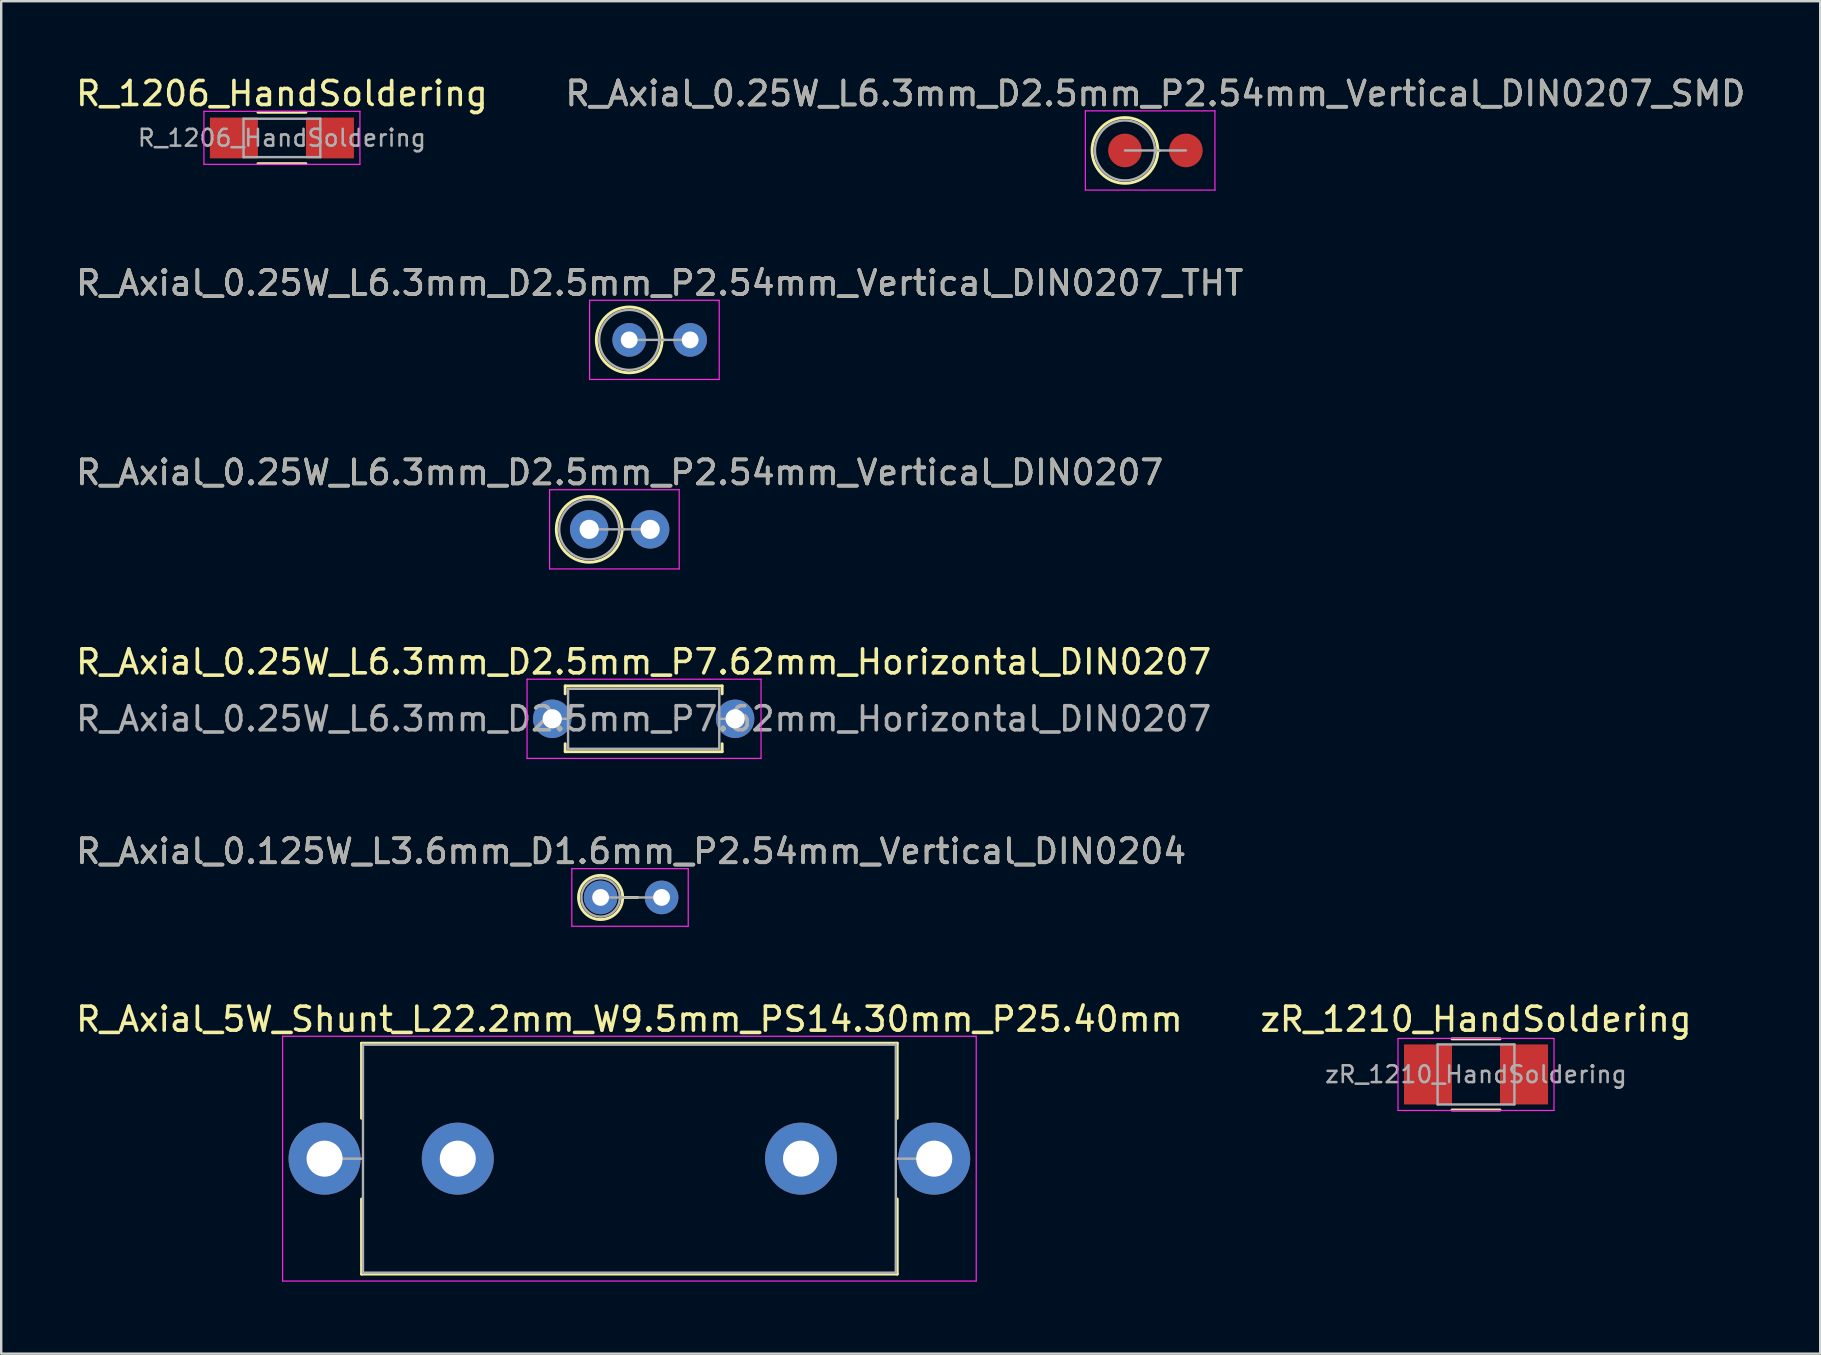
<source format=kicad_pcb>
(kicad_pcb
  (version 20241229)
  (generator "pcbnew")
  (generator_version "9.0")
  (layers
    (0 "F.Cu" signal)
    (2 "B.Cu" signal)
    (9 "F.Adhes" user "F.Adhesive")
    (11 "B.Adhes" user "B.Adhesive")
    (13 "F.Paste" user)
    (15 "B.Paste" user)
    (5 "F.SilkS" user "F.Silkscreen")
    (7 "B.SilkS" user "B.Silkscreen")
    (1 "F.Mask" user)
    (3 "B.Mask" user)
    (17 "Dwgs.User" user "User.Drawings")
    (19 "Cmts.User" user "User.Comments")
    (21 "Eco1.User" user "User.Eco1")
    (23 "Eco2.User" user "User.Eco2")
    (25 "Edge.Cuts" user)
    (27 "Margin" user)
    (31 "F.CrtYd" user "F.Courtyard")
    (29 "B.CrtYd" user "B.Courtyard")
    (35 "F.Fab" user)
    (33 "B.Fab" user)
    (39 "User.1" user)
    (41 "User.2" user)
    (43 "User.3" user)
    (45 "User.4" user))
  (footprint "zR_1210_HandSoldering"
    (layer "F.Cu")
    (at 58.446 41.715)
    (property "Reference" "zR_1210_HandSoldering" (at 0 -2.3 0) (layer "F.SilkS") (effects (font (size 1 1) (thickness 0.15))))
    (attr smd)
    (fp_line (start -1 -1.48) (end 1 -1.48) (stroke (width 0.12) (type solid)) (layer "F.SilkS"))
    (fp_line (start 1 1.48) (end -1 1.48) (stroke (width 0.12) (type solid)) (layer "F.SilkS"))
    (fp_line (start -3.25 -1.5) (end -3.25 1.5) (stroke (width 0.05) (type solid)) (layer "F.CrtYd"))
    (fp_line (start -3.25 -1.5) (end 3.25 -1.5) (stroke (width 0.05) (type solid)) (layer "F.CrtYd"))
    (fp_line (start 3.25 1.5) (end -3.25 1.5) (stroke (width 0.05) (type solid)) (layer "F.CrtYd"))
    (fp_line (start 3.25 1.5) (end 3.25 -1.5) (stroke (width 0.05) (type solid)) (layer "F.CrtYd"))
    (fp_line (start -1.6 -1.25) (end 1.6 -1.25) (stroke (width 0.1) (type solid)) (layer "F.Fab"))
    (fp_line (start -1.6 1.25) (end -1.6 -1.25) (stroke (width 0.1) (type solid)) (layer "F.Fab"))
    (fp_line (start 1.6 -1.25) (end 1.6 1.25) (stroke (width 0.1) (type solid)) (layer "F.Fab"))
    (fp_line (start 1.6 1.25) (end -1.6 1.25) (stroke (width 0.1) (type solid)) (layer "F.Fab"))
    (fp_text user "${REFERENCE}" (at 0 0 0) (layer "F.Fab") (effects (font (size 0.7 0.7) (thickness 0.105))))
    (pad "1" smd rect (at -2 0) (size 2 2.5) (layers "F.Cu" "F.Mask" "F.Paste"))
    (pad "2" smd rect (at 2 0) (size 2 2.5) (layers "F.Cu" "F.Mask" "F.Paste")))
  (footprint "R_Axial_5W_Shunt_L22.2mm_W9.5mm_PS14.30mm_P25.40mm"
    (layer "F.Cu")
    (at 10.473 45.224)
    (property "Reference" "R_Axial_5W_Shunt_L22.2mm_W9.5mm_PS14.30mm_P25.40mm" (at 12.7 -5.81 0) (layer "F.SilkS") (effects (font (size 1 1) (thickness 0.15))))
    (attr through_hole)
    (fp_line (start 1.54 -4.81) (end 23.86 -4.81) (stroke (width 0.12) (type solid)) (layer "F.SilkS"))
    (fp_line (start 1.54 -1.68) (end 1.54 -4.81) (stroke (width 0.12) (type solid)) (layer "F.SilkS"))
    (fp_line (start 1.54 1.68) (end 1.54 4.81) (stroke (width 0.12) (type solid)) (layer "F.SilkS"))
    (fp_line (start 1.54 4.81) (end 23.86 4.81) (stroke (width 0.12) (type solid)) (layer "F.SilkS"))
    (fp_line (start 23.86 -4.81) (end 23.86 -1.68) (stroke (width 0.12) (type solid)) (layer "F.SilkS"))
    (fp_line (start 23.86 4.81) (end 23.86 1.68) (stroke (width 0.12) (type solid)) (layer "F.SilkS"))
    (fp_line (start -1.75 -5.1) (end -1.75 5.1) (stroke (width 0.05) (type solid)) (layer "F.CrtYd"))
    (fp_line (start -1.75 5.1) (end 27.15 5.1) (stroke (width 0.05) (type solid)) (layer "F.CrtYd"))
    (fp_line (start 27.15 -5.1) (end -1.75 -5.1) (stroke (width 0.05) (type solid)) (layer "F.CrtYd"))
    (fp_line (start 27.15 5.1) (end 27.15 -5.1) (stroke (width 0.05) (type solid)) (layer "F.CrtYd"))
    (fp_line (start 0 0) (end 1.6 0) (stroke (width 0.1) (type solid)) (layer "F.Fab"))
    (fp_line (start 1.6 -4.75) (end 1.6 4.75) (stroke (width 0.1) (type solid)) (layer "F.Fab"))
    (fp_line (start 1.6 4.75) (end 23.8 4.75) (stroke (width 0.1) (type solid)) (layer "F.Fab"))
    (fp_line (start 23.8 -4.75) (end 1.6 -4.75) (stroke (width 0.1) (type solid)) (layer "F.Fab"))
    (fp_line (start 23.8 4.75) (end 23.8 -4.75) (stroke (width 0.1) (type solid)) (layer "F.Fab"))
    (fp_line (start 25.4 0) (end 23.8 0) (stroke (width 0.1) (type solid)) (layer "F.Fab"))
    (pad "1" thru_hole circle (at 0 0) (size 3 3) (drill 1.5) (layers "*.Cu" "*.Mask"))
    (pad "2" thru_hole oval (at 5.55 0) (size 3 3) (drill 1.5) (layers "*.Cu" "*.Mask"))
    (pad "3" thru_hole oval (at 19.85 0) (size 3 3) (drill 1.5) (layers "*.Cu" "*.Mask"))
    (pad "4" thru_hole oval (at 25.4 0) (size 3 3) (drill 1.5) (layers "*.Cu" "*.Mask")))
  (footprint "R_Axial_0.25W_L6.3mm_D2.5mm_P2.54mm_Vertical_DIN0207_THT"
    (layer "F.Cu")
    (at 23.165 11.111)
    (property "Reference" "R_Axial_0.25W_L6.3mm_D2.5mm_P2.54mm_Vertical_DIN0207_THT" (at 1.27 -2.37 0) (layer "F.SilkS") (effects (font (size 1 1) (thickness 0.15))))
    (attr through_hole)
    (fp_line (start 1.37 0) (end 1.44 0) (stroke (width 0.12) (type solid)) (layer "F.SilkS"))
    (fp_circle (center 0 0) (end 1.37 0) (stroke (width 0.12) (type solid)) (fill no) (layer "F.SilkS"))
    (fp_line (start -1.65 -1.65) (end -1.65 1.65) (stroke (width 0.05) (type solid)) (layer "F.CrtYd"))
    (fp_line (start -1.65 1.65) (end 3.75 1.65) (stroke (width 0.05) (type solid)) (layer "F.CrtYd"))
    (fp_line (start 3.75 -1.65) (end -1.65 -1.65) (stroke (width 0.05) (type solid)) (layer "F.CrtYd"))
    (fp_line (start 3.75 1.65) (end 3.75 -1.65) (stroke (width 0.05) (type solid)) (layer "F.CrtYd"))
    (fp_line (start 0 0) (end 2.54 0) (stroke (width 0.1) (type solid)) (layer "F.Fab"))
    (fp_circle (center 0 0) (end 1.25 0) (stroke (width 0.1) (type solid)) (fill no) (layer "F.Fab"))
    (fp_text user "${REFERENCE}" (at 1.27 -2.37 0) (layer "F.Fab") (effects (font (size 1 1) (thickness 0.15))))
    (pad "1" thru_hole circle (at 0 0) (size 1.4 1.4) (drill 0.7) (layers "*.Cu" "*.Mask"))
    (pad "2" thru_hole circle (at 2.54 0) (size 1.4 1.4) (drill 0.7) (layers "*.Cu" "*.Mask")))
  (footprint "R_1206_HandSoldering"
    (layer "F.Cu")
    (at 8.696 2.698)
    (property "Reference" "R_1206_HandSoldering" (at 0 -1.85 0) (layer "F.SilkS") (effects (font (size 1 1) (thickness 0.15))))
    (attr smd)
    (fp_line (start -1 -1.07) (end 1 -1.07) (stroke (width 0.12) (type solid)) (layer "F.SilkS"))
    (fp_line (start 1 1.07) (end -1 1.07) (stroke (width 0.12) (type solid)) (layer "F.SilkS"))
    (fp_line (start -3.25 -1.11) (end -3.25 1.1) (stroke (width 0.05) (type solid)) (layer "F.CrtYd"))
    (fp_line (start -3.25 -1.11) (end 3.25 -1.11) (stroke (width 0.05) (type solid)) (layer "F.CrtYd"))
    (fp_line (start 3.25 1.1) (end -3.25 1.1) (stroke (width 0.05) (type solid)) (layer "F.CrtYd"))
    (fp_line (start 3.25 1.1) (end 3.25 -1.11) (stroke (width 0.05) (type solid)) (layer "F.CrtYd"))
    (fp_line (start -1.6 -0.8) (end 1.6 -0.8) (stroke (width 0.1) (type solid)) (layer "F.Fab"))
    (fp_line (start -1.6 0.8) (end -1.6 -0.8) (stroke (width 0.1) (type solid)) (layer "F.Fab"))
    (fp_line (start 1.6 -0.8) (end 1.6 0.8) (stroke (width 0.1) (type solid)) (layer "F.Fab"))
    (fp_line (start 1.6 0.8) (end -1.6 0.8) (stroke (width 0.1) (type solid)) (layer "F.Fab"))
    (fp_text user "${REFERENCE}" (at 0 0 0) (layer "F.Fab") (effects (font (size 0.7 0.7) (thickness 0.105))))
    (pad "1" smd rect (at -2 0) (size 2 1.7) (layers "F.Cu" "F.Mask" "F.Paste"))
    (pad "2" smd rect (at 2 0) (size 2 1.7) (layers "F.Cu" "F.Mask" "F.Paste")))
  (footprint "R_Axial_0.25W_L6.3mm_D2.5mm_P7.62mm_Horizontal_DIN0207"
    (layer "F.Cu")
    (at 19.958 26.898)
    (property "Reference" "R_Axial_0.25W_L6.3mm_D2.5mm_P7.62mm_Horizontal_DIN0207" (at 3.81 -2.37 0) (layer "F.SilkS") (effects (font (size 1 1) (thickness 0.15))))
    (attr through_hole)
    (fp_line (start 0.54 -1.37) (end 7.08 -1.37) (stroke (width 0.12) (type solid)) (layer "F.SilkS"))
    (fp_line (start 0.54 -1.04) (end 0.54 -1.37) (stroke (width 0.12) (type solid)) (layer "F.SilkS"))
    (fp_line (start 0.54 1.04) (end 0.54 1.37) (stroke (width 0.12) (type solid)) (layer "F.SilkS"))
    (fp_line (start 0.54 1.37) (end 7.08 1.37) (stroke (width 0.12) (type solid)) (layer "F.SilkS"))
    (fp_line (start 7.08 -1.37) (end 7.08 -1.04) (stroke (width 0.12) (type solid)) (layer "F.SilkS"))
    (fp_line (start 7.08 1.37) (end 7.08 1.04) (stroke (width 0.12) (type solid)) (layer "F.SilkS"))
    (fp_line (start -1.05 -1.65) (end -1.05 1.65) (stroke (width 0.05) (type solid)) (layer "F.CrtYd"))
    (fp_line (start -1.05 1.65) (end 8.7 1.65) (stroke (width 0.05) (type solid)) (layer "F.CrtYd"))
    (fp_line (start 8.7 -1.65) (end -1.05 -1.65) (stroke (width 0.05) (type solid)) (layer "F.CrtYd"))
    (fp_line (start 8.7 1.65) (end 8.7 -1.65) (stroke (width 0.05) (type solid)) (layer "F.CrtYd"))
    (fp_line (start 0 0) (end 0.66 0) (stroke (width 0.1) (type solid)) (layer "F.Fab"))
    (fp_line (start 0.66 -1.25) (end 0.66 1.25) (stroke (width 0.1) (type solid)) (layer "F.Fab"))
    (fp_line (start 0.66 1.25) (end 6.96 1.25) (stroke (width 0.1) (type solid)) (layer "F.Fab"))
    (fp_line (start 6.96 -1.25) (end 0.66 -1.25) (stroke (width 0.1) (type solid)) (layer "F.Fab"))
    (fp_line (start 6.96 1.25) (end 6.96 -1.25) (stroke (width 0.1) (type solid)) (layer "F.Fab"))
    (fp_line (start 7.62 0) (end 6.96 0) (stroke (width 0.1) (type solid)) (layer "F.Fab"))
    (fp_text user "${REFERENCE}" (at 3.81 0 0) (layer "F.Fab") (effects (font (size 1 1) (thickness 0.15))))
    (pad "1" thru_hole circle (at 0 0) (size 1.6 1.6) (drill 0.8) (layers "*.Cu" "*.Mask"))
    (pad "2" thru_hole oval (at 7.62 0) (size 1.6 1.6) (drill 0.8) (layers "*.Cu" "*.Mask")))
  (footprint "R_Axial_0.25W_L6.3mm_D2.5mm_P2.54mm_Vertical_DIN0207"
    (layer "F.Cu")
    (at 21.498 19.005)
    (property "Reference" "R_Axial_0.25W_L6.3mm_D2.5mm_P2.54mm_Vertical_DIN0207" (at 1.27 -2.37 0) (layer "F.SilkS") (effects (font (size 1 1) (thickness 0.15))))
    (attr through_hole)
    (fp_line (start 1.37 0) (end 1.44 0) (stroke (width 0.12) (type solid)) (layer "F.SilkS"))
    (fp_circle (center 0 0) (end 1.37 0) (stroke (width 0.12) (type solid)) (fill no) (layer "F.SilkS"))
    (fp_line (start -1.65 -1.65) (end -1.65 1.65) (stroke (width 0.05) (type solid)) (layer "F.CrtYd"))
    (fp_line (start -1.65 1.65) (end 3.75 1.65) (stroke (width 0.05) (type solid)) (layer "F.CrtYd"))
    (fp_line (start 3.75 -1.65) (end -1.65 -1.65) (stroke (width 0.05) (type solid)) (layer "F.CrtYd"))
    (fp_line (start 3.75 1.65) (end 3.75 -1.65) (stroke (width 0.05) (type solid)) (layer "F.CrtYd"))
    (fp_line (start 0 0) (end 2.54 0) (stroke (width 0.1) (type solid)) (layer "F.Fab"))
    (fp_circle (center 0 0) (end 1.25 0) (stroke (width 0.1) (type solid)) (fill no) (layer "F.Fab"))
    (fp_text user "${REFERENCE}" (at 1.27 -2.37 0) (layer "F.Fab") (effects (font (size 1 1) (thickness 0.15))))
    (pad "1" thru_hole circle (at 0 0) (size 1.6 1.6) (drill 0.8) (layers "*.Cu" "*.Mask"))
    (pad "2" thru_hole oval (at 2.54 0) (size 1.6 1.6) (drill 0.8) (layers "*.Cu" "*.Mask")))
  (footprint "R_Axial_0.125W_L3.6mm_D1.6mm_P2.54mm_Vertical_DIN0204"
    (layer "F.Cu")
    (at 21.974 34.341)
    (property "Reference" "R_Axial_0.125W_L3.6mm_D1.6mm_P2.54mm_Vertical_DIN0204" (at 1.27 -1.92 0) (layer "F.SilkS") (effects (font (size 1 1) (thickness 0.15))))
    (attr through_hole)
    (fp_line (start 0.92 0) (end 1.54 0) (stroke (width 0.12) (type solid)) (layer "F.SilkS"))
    (fp_circle (center 0 0) (end 0.92 0) (stroke (width 0.12) (type solid)) (fill no) (layer "F.SilkS"))
    (fp_line (start -1.2 -1.2) (end -1.2 1.2) (stroke (width 0.05) (type solid)) (layer "F.CrtYd"))
    (fp_line (start -1.2 1.2) (end 3.65 1.2) (stroke (width 0.05) (type solid)) (layer "F.CrtYd"))
    (fp_line (start 3.65 -1.2) (end -1.2 -1.2) (stroke (width 0.05) (type solid)) (layer "F.CrtYd"))
    (fp_line (start 3.65 1.2) (end 3.65 -1.2) (stroke (width 0.05) (type solid)) (layer "F.CrtYd"))
    (fp_line (start 0 0) (end 2.54 0) (stroke (width 0.1) (type solid)) (layer "F.Fab"))
    (fp_circle (center 0 0) (end 0.8 0) (stroke (width 0.1) (type solid)) (fill no) (layer "F.Fab"))
    (fp_text user "${REFERENCE}" (at 1.27 -1.92 0) (layer "F.Fab") (effects (font (size 1 1) (thickness 0.15))))
    (pad "1" thru_hole circle (at 0 0) (size 1.4 1.4) (drill 0.7) (layers "*.Cu" "*.Mask"))
    (pad "2" thru_hole oval (at 2.54 0) (size 1.4 1.4) (drill 0.7) (layers "*.Cu" "*.Mask")))
  (footprint "R_Axial_0.25W_L6.3mm_D2.5mm_P2.54mm_Vertical_DIN0207_SMD"
    (layer "F.Cu")
    (at 43.819 3.218)
    (property "Reference" "R_Axial_0.25W_L6.3mm_D2.5mm_P2.54mm_Vertical_DIN0207_SMD" (at 1.27 -2.37 0) (layer "F.SilkS") (effects (font (size 1 1) (thickness 0.15))))
    (attr through_hole)
    (fp_line (start 1.37 0) (end 1.44 0) (stroke (width 0.12) (type solid)) (layer "F.SilkS"))
    (fp_circle (center 0 0) (end 1.37 0) (stroke (width 0.12) (type solid)) (fill no) (layer "F.SilkS"))
    (fp_line (start -1.65 -1.65) (end -1.65 1.65) (stroke (width 0.05) (type solid)) (layer "F.CrtYd"))
    (fp_line (start -1.65 1.65) (end 3.75 1.65) (stroke (width 0.05) (type solid)) (layer "F.CrtYd"))
    (fp_line (start 3.75 -1.65) (end -1.65 -1.65) (stroke (width 0.05) (type solid)) (layer "F.CrtYd"))
    (fp_line (start 3.75 1.65) (end 3.75 -1.65) (stroke (width 0.05) (type solid)) (layer "F.CrtYd"))
    (fp_line (start 0 0) (end 2.54 0) (stroke (width 0.1) (type solid)) (layer "F.Fab"))
    (fp_circle (center 0 0) (end 1.25 0) (stroke (width 0.1) (type solid)) (fill no) (layer "F.Fab"))
    (fp_text user "${REFERENCE}" (at 1.27 -2.37 0) (layer "F.Fab") (effects (font (size 1 1) (thickness 0.15))))
    (pad "1" smd circle (at 0 0) (size 1.4 1.4) (layers "F.Cu" "F.Mask" "F.Paste"))
    (pad "2" smd circle (at 2.54 0) (size 1.4 1.4) (layers "F.Cu" "F.Mask" "F.Paste")))
  (gr_rect
    (start -3 -3)
    (end 72.786 53.349)
    (stroke (width 0.1) (type default))
    (fill no)
    (layer "Edge.Cuts")))
</source>
